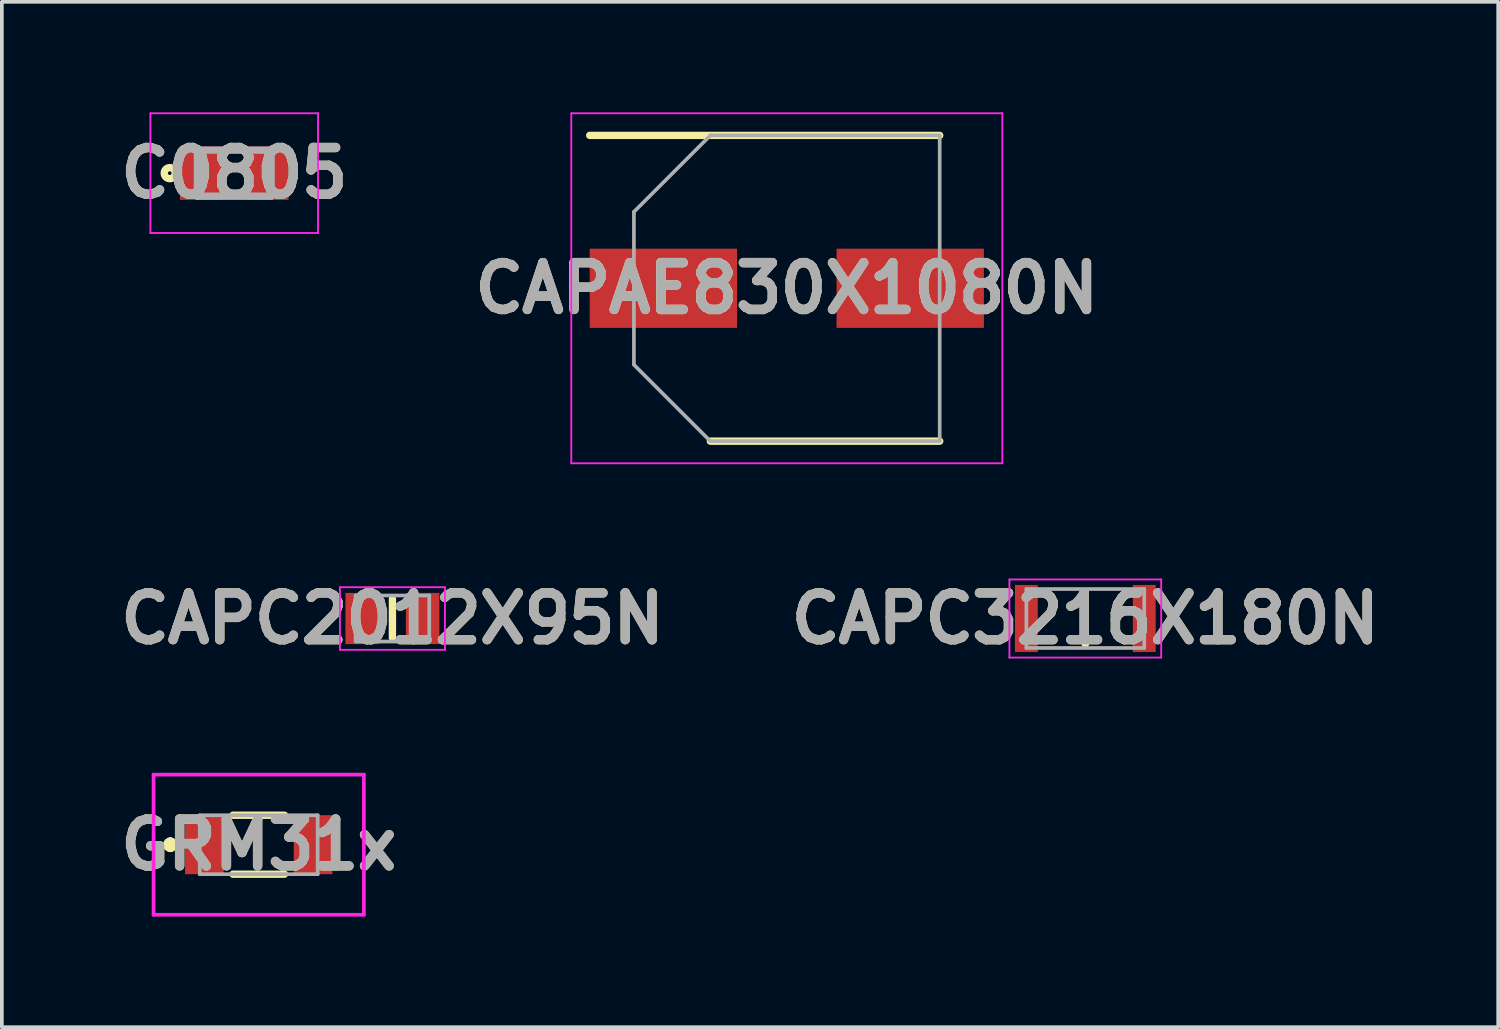
<source format=kicad_pcb>
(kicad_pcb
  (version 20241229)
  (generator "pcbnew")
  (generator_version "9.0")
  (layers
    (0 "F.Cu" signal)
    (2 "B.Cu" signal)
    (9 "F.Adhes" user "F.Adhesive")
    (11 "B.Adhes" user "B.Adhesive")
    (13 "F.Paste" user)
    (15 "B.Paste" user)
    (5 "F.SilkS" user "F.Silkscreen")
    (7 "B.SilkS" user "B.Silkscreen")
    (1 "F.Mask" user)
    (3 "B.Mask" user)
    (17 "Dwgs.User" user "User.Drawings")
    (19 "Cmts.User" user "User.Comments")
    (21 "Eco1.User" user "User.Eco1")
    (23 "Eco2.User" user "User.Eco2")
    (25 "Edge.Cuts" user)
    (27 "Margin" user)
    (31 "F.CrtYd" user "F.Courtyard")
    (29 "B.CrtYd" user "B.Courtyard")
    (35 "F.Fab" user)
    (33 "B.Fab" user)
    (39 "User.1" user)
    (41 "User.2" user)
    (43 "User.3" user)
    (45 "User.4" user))
  (footprint "CAPC3216X180N"
    (layer "F.Cu")
    (at 26.41 13.739)
    (property "Reference" "CAPC3216X180N" (at 0 0 0) (layer "F.SilkS") (effects (font (size 1.27 1.27) (thickness 0.254))))
    (attr smd)
    (fp_line (start 0 -0.7) (end 0 0.7) (stroke (width 0.2) (type solid)) (layer "F.SilkS"))
    (fp_line (start -2.06 -1.06) (end 2.06 -1.06) (stroke (width 0.05) (type solid)) (layer "F.CrtYd"))
    (fp_line (start -2.06 1.06) (end -2.06 -1.06) (stroke (width 0.05) (type solid)) (layer "F.CrtYd"))
    (fp_line (start 2.06 -1.06) (end 2.06 1.06) (stroke (width 0.05) (type solid)) (layer "F.CrtYd"))
    (fp_line (start 2.06 1.06) (end -2.06 1.06) (stroke (width 0.05) (type solid)) (layer "F.CrtYd"))
    (fp_line (start -1.6 -0.8) (end 1.6 -0.8) (stroke (width 0.1) (type solid)) (layer "F.Fab"))
    (fp_line (start -1.6 0.8) (end -1.6 -0.8) (stroke (width 0.1) (type solid)) (layer "F.Fab"))
    (fp_line (start 1.6 -0.8) (end 1.6 0.8) (stroke (width 0.1) (type solid)) (layer "F.Fab"))
    (fp_line (start 1.6 0.8) (end -1.6 0.8) (stroke (width 0.1) (type solid)) (layer "F.Fab"))
    (fp_text user "${REFERENCE}" (at 0 0 0) (layer "F.Fab") (effects (font (size 1.27 1.27) (thickness 0.254))))
    (pad "1" smd rect (at -1.6 0) (size 0.62 1.82) (layers "F.Cu" "F.Mask" "F.Paste"))
    (pad "2" smd rect (at 1.6 0) (size 0.62 1.82) (layers "F.Cu" "F.Mask" "F.Paste")))
  (footprint "CAPC2012X95N"
    (layer "F.Cu")
    (at 7.602 13.739)
    (property "Reference" "CAPC2012X95N" (at 0 0 0) (layer "F.SilkS") (effects (font (size 1.27 1.27) (thickness 0.254))))
    (attr smd)
    (fp_line (start 0 -0.525) (end 0 0.525) (stroke (width 0.2) (type solid)) (layer "F.SilkS"))
    (fp_line (start -1.425 -0.85) (end 1.425 -0.85) (stroke (width 0.05) (type solid)) (layer "F.CrtYd"))
    (fp_line (start -1.425 0.85) (end -1.425 -0.85) (stroke (width 0.05) (type solid)) (layer "F.CrtYd"))
    (fp_line (start 1.425 -0.85) (end 1.425 0.85) (stroke (width 0.05) (type solid)) (layer "F.CrtYd"))
    (fp_line (start 1.425 0.85) (end -1.425 0.85) (stroke (width 0.05) (type solid)) (layer "F.CrtYd"))
    (fp_line (start -1 -0.625) (end 1 -0.625) (stroke (width 0.1) (type solid)) (layer "F.Fab"))
    (fp_line (start -1 0.625) (end -1 -0.625) (stroke (width 0.1) (type solid)) (layer "F.Fab"))
    (fp_line (start 1 -0.625) (end 1 0.625) (stroke (width 0.1) (type solid)) (layer "F.Fab"))
    (fp_line (start 1 0.625) (end -1 0.625) (stroke (width 0.1) (type solid)) (layer "F.Fab"))
    (fp_text user "${REFERENCE}" (at 0 0 0) (layer "F.Fab") (effects (font (size 1.27 1.27) (thickness 0.254))))
    (pad "1" smd rect (at -0.82 0) (size 0.91 1.39) (layers "F.Cu" "F.Mask" "F.Paste"))
    (pad "2" smd rect (at 0.82 0) (size 0.91 1.39) (layers "F.Cu" "F.Mask" "F.Paste")))
  (footprint "C0805"
    (layer "F.Cu")
    (at 3.308 1.65)
    (property "Reference" "C0805" (at 0 0 0) (layer "F.SilkS") (effects (font (size 1.27 1.27) (thickness 0.254))))
    (attr smd)
    (fp_circle (center -1.75 0) (end -1.75 0.05) (stroke (width 0.2) (type solid)) (fill no) (layer "F.SilkS"))
    (fp_line (start -2.275 -1.625) (end 2.275 -1.625) (stroke (width 0.05) (type solid)) (layer "F.CrtYd"))
    (fp_line (start -2.275 1.625) (end -2.275 -1.625) (stroke (width 0.05) (type solid)) (layer "F.CrtYd"))
    (fp_line (start 2.275 -1.625) (end 2.275 1.625) (stroke (width 0.05) (type solid)) (layer "F.CrtYd"))
    (fp_line (start 2.275 1.625) (end -2.275 1.625) (stroke (width 0.05) (type solid)) (layer "F.CrtYd"))
    (fp_line (start -1 -0.625) (end 1 -0.625) (stroke (width 0.2) (type solid)) (layer "F.Fab"))
    (fp_line (start -1 0.625) (end -1 -0.625) (stroke (width 0.2) (type solid)) (layer "F.Fab"))
    (fp_line (start 1 -0.625) (end 1 0.625) (stroke (width 0.2) (type solid)) (layer "F.Fab"))
    (fp_line (start 1 0.625) (end -1 0.625) (stroke (width 0.2) (type solid)) (layer "F.Fab"))
    (fp_text user "${REFERENCE}" (at 0 0 0) (layer "F.Fab") (effects (font (size 1.27 1.27) (thickness 0.254))))
    (pad "1" smd rect (at -0.9 0) (size 1.15 1.45) (layers "F.Cu" "F.Mask" "F.Paste"))
    (pad "2" smd rect (at 0.9 0) (size 1.15 1.45) (layers "F.Cu" "F.Mask" "F.Paste")))
  (footprint "CAPAE830X1080N"
    (layer "F.Cu")
    (at 18.307 4.775)
    (property "Reference" "CAPAE830X1080N" (at 0 0 0) (layer "F.SilkS") (effects (font (size 1.27 1.27) (thickness 0.254))))
    (attr smd)
    (fp_line (start -5.35 -4.15) (end 4.15 -4.15) (stroke (width 0.2) (type solid)) (layer "F.SilkS"))
    (fp_line (start -2.075 4.15) (end 4.15 4.15) (stroke (width 0.2) (type solid)) (layer "F.SilkS"))
    (fp_line (start -5.85 -4.75) (end 5.85 -4.75) (stroke (width 0.05) (type solid)) (layer "F.CrtYd"))
    (fp_line (start -5.85 4.75) (end -5.85 -4.75) (stroke (width 0.05) (type solid)) (layer "F.CrtYd"))
    (fp_line (start 5.85 -4.75) (end 5.85 4.75) (stroke (width 0.05) (type solid)) (layer "F.CrtYd"))
    (fp_line (start 5.85 4.75) (end -5.85 4.75) (stroke (width 0.05) (type solid)) (layer "F.CrtYd"))
    (fp_line (start -4.15 -2.075) (end -4.15 2.075) (stroke (width 0.1) (type solid)) (layer "F.Fab"))
    (fp_line (start -4.15 2.075) (end -2.075 4.15) (stroke (width 0.1) (type solid)) (layer "F.Fab"))
    (fp_line (start -2.075 -4.15) (end -4.15 -2.075) (stroke (width 0.1) (type solid)) (layer "F.Fab"))
    (fp_line (start -2.075 4.15) (end 4.15 4.15) (stroke (width 0.1) (type solid)) (layer "F.Fab"))
    (fp_line (start 4.15 -4.15) (end -2.075 -4.15) (stroke (width 0.1) (type solid)) (layer "F.Fab"))
    (fp_line (start 4.15 4.15) (end 4.15 -4.15) (stroke (width 0.1) (type solid)) (layer "F.Fab"))
    (fp_text user "${REFERENCE}" (at 0 0 0) (layer "F.Fab") (effects (font (size 1.27 1.27) (thickness 0.254))))
    (pad "1" smd rect (at -3.35 0 90) (size 2.15 4) (layers "F.Cu" "F.Mask" "F.Paste"))
    (pad "2" smd rect (at 3.35 0 90) (size 2.15 4) (layers "F.Cu" "F.Mask" "F.Paste")))
  (footprint "GRM31x"
    (layer "F.Cu")
    (at 3.973 19.879)
    (property "Reference" "GRM31x" (at 0 0 0) (layer "F.SilkS") (effects (font (size 1.27 1.27) (thickness 0.254))))
    (attr smd)
    (fp_line (start -2.4 -0.1) (end -2.4 -0.1) (stroke (width 0.2) (type solid)) (layer "F.SilkS"))
    (fp_line (start -2.4 0.1) (end -2.4 0.1) (stroke (width 0.2) (type solid)) (layer "F.SilkS"))
    (fp_line (start -0.7 -0.8) (end 0.7 -0.8) (stroke (width 0.2) (type solid)) (layer "F.SilkS"))
    (fp_line (start -0.7 0.8) (end 0.7 0.8) (stroke (width 0.2) (type solid)) (layer "F.SilkS"))
    (fp_arc (start -2.4 -0.1) (mid -2.3 0) (end -2.4 0.1) (stroke (width 0.2) (type solid)) (layer "F.SilkS"))
    (fp_arc (start -2.4 0.1) (mid -2.5 0) (end -2.4 -0.1) (stroke (width 0.2) (type solid)) (layer "F.SilkS"))
    (fp_line (start -2.854 -1.902) (end 2.854 -1.902) (stroke (width 0.1) (type solid)) (layer "F.CrtYd"))
    (fp_line (start -2.854 1.902) (end -2.854 -1.902) (stroke (width 0.1) (type solid)) (layer "F.CrtYd"))
    (fp_line (start 2.854 -1.902) (end 2.854 1.902) (stroke (width 0.1) (type solid)) (layer "F.CrtYd"))
    (fp_line (start 2.854 1.902) (end -2.854 1.902) (stroke (width 0.1) (type solid)) (layer "F.CrtYd"))
    (fp_line (start -1.6 -0.8) (end 1.6 -0.8) (stroke (width 0.1) (type solid)) (layer "F.Fab"))
    (fp_line (start -1.6 0.8) (end -1.6 -0.8) (stroke (width 0.1) (type solid)) (layer "F.Fab"))
    (fp_line (start 1.6 -0.8) (end 1.6 0.8) (stroke (width 0.1) (type solid)) (layer "F.Fab"))
    (fp_line (start 1.6 0.8) (end -1.6 0.8) (stroke (width 0.1) (type solid)) (layer "F.Fab"))
    (fp_text user "${REFERENCE}" (at 0 0 0) (layer "F.Fab") (effects (font (size 1.27 1.27) (thickness 0.254))))
    (pad "1" smd rect (at -1.475 0) (size 1.05 1.6) (layers "F.Cu" "F.Mask" "F.Paste"))
    (pad "2" smd rect (at 1.475 0) (size 1.05 1.6) (layers "F.Cu" "F.Mask" "F.Paste")))
  (gr_rect
    (start -3 -3)
    (end 37.617 24.831)
    (stroke (width 0.1) (type default))
    (fill no)
    (layer "Edge.Cuts")))
</source>
